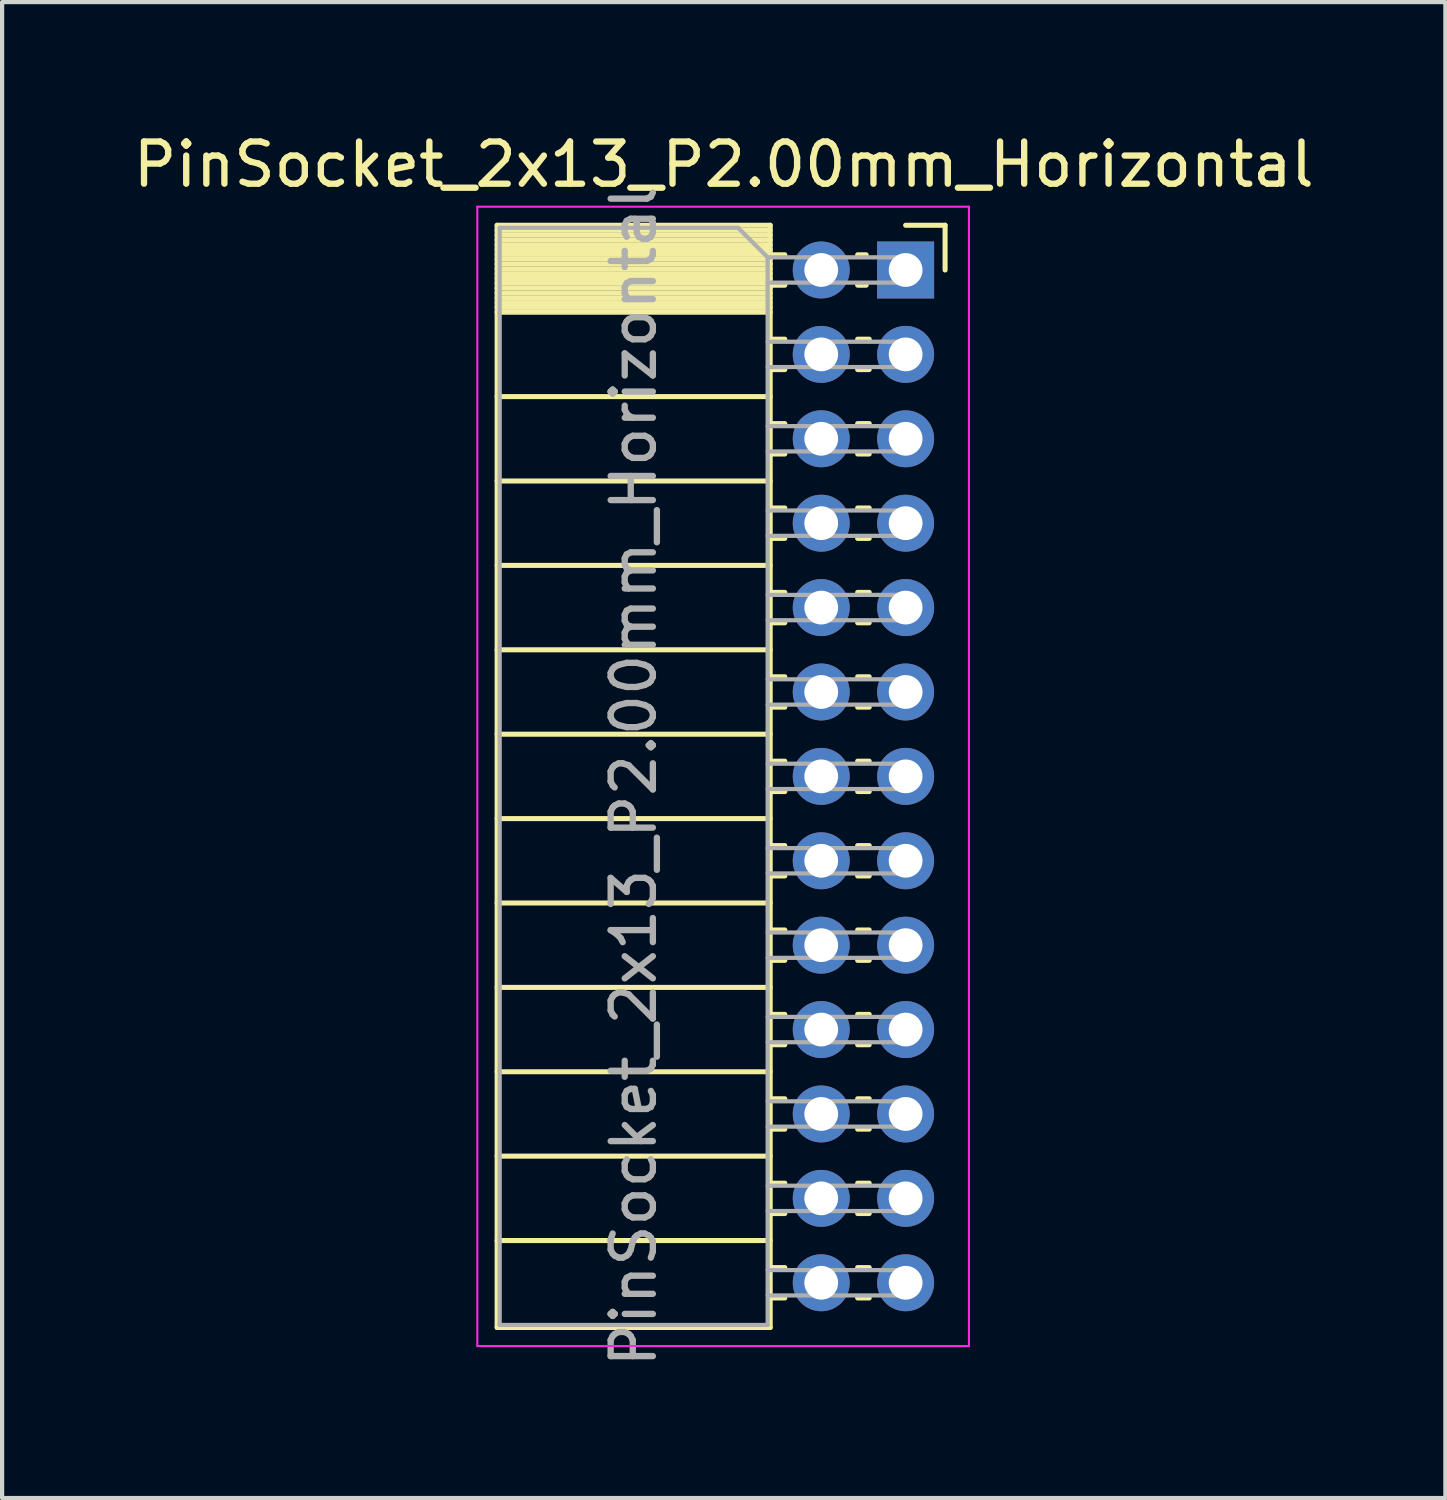
<source format=kicad_pcb>
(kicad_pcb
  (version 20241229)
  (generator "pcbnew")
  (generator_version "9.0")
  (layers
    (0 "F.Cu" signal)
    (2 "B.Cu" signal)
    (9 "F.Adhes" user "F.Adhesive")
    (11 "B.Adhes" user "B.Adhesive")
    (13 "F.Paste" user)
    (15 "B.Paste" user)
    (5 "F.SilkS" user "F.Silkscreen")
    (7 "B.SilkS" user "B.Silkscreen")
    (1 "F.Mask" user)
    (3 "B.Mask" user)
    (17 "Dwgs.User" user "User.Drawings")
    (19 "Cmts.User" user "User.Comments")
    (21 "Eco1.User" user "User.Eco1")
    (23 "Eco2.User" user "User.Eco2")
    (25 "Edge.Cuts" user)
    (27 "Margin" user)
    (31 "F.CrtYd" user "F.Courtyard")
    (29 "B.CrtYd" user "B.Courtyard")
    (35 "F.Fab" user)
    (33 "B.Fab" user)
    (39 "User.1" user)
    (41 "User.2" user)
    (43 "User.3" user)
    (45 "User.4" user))
  (footprint "PinSocket_2x13_P2.00mm_Horizontal"
    (layer "F.Cu")
    (at 18.411 3.348)
    (property "Reference" "PinSocket_2x13_P2.00mm_Horizontal" (at -4.31 -2.5 0) (layer "F.SilkS") (effects (font (size 1 1) (thickness 0.15))))
    (attr through_hole)
    (fp_line (start -9.68 -1.06) (end -9.68 25.06) (stroke (width 0.12) (type solid)) (layer "F.SilkS"))
    (fp_line (start -9.68 -1.06) (end -3.21 -1.06) (stroke (width 0.12) (type solid)) (layer "F.SilkS"))
    (fp_line (start -9.68 -0.94) (end -3.21 -0.94) (stroke (width 0.12) (type solid)) (layer "F.SilkS"))
    (fp_line (start -9.68 -0.826) (end -3.21 -0.826) (stroke (width 0.12) (type solid)) (layer "F.SilkS"))
    (fp_line (start -9.68 -0.712) (end -3.21 -0.712) (stroke (width 0.12) (type solid)) (layer "F.SilkS"))
    (fp_line (start -9.68 -0.598) (end -3.21 -0.598) (stroke (width 0.12) (type solid)) (layer "F.SilkS"))
    (fp_line (start -9.68 -0.484) (end -3.21 -0.484) (stroke (width 0.12) (type solid)) (layer "F.SilkS"))
    (fp_line (start -9.68 -0.369) (end -3.21 -0.369) (stroke (width 0.12) (type solid)) (layer "F.SilkS"))
    (fp_line (start -9.68 -0.255) (end -3.21 -0.255) (stroke (width 0.12) (type solid)) (layer "F.SilkS"))
    (fp_line (start -9.68 -0.141) (end -3.21 -0.141) (stroke (width 0.12) (type solid)) (layer "F.SilkS"))
    (fp_line (start -9.68 -0.027) (end -3.21 -0.027) (stroke (width 0.12) (type solid)) (layer "F.SilkS"))
    (fp_line (start -9.68 0.087) (end -3.21 0.087) (stroke (width 0.12) (type solid)) (layer "F.SilkS"))
    (fp_line (start -9.68 0.201) (end -3.21 0.201) (stroke (width 0.12) (type solid)) (layer "F.SilkS"))
    (fp_line (start -9.68 0.315) (end -3.21 0.315) (stroke (width 0.12) (type solid)) (layer "F.SilkS"))
    (fp_line (start -9.68 0.429) (end -3.21 0.429) (stroke (width 0.12) (type solid)) (layer "F.SilkS"))
    (fp_line (start -9.68 0.544) (end -3.21 0.544) (stroke (width 0.12) (type solid)) (layer "F.SilkS"))
    (fp_line (start -9.68 0.658) (end -3.21 0.658) (stroke (width 0.12) (type solid)) (layer "F.SilkS"))
    (fp_line (start -9.68 0.772) (end -3.21 0.772) (stroke (width 0.12) (type solid)) (layer "F.SilkS"))
    (fp_line (start -9.68 0.886) (end -3.21 0.886) (stroke (width 0.12) (type solid)) (layer "F.SilkS"))
    (fp_line (start -9.68 1) (end -3.21 1) (stroke (width 0.12) (type solid)) (layer "F.SilkS"))
    (fp_line (start -9.68 3) (end -3.21 3) (stroke (width 0.12) (type solid)) (layer "F.SilkS"))
    (fp_line (start -9.68 5) (end -3.21 5) (stroke (width 0.12) (type solid)) (layer "F.SilkS"))
    (fp_line (start -9.68 7) (end -3.21 7) (stroke (width 0.12) (type solid)) (layer "F.SilkS"))
    (fp_line (start -9.68 9) (end -3.21 9) (stroke (width 0.12) (type solid)) (layer "F.SilkS"))
    (fp_line (start -9.68 11) (end -3.21 11) (stroke (width 0.12) (type solid)) (layer "F.SilkS"))
    (fp_line (start -9.68 13) (end -3.21 13) (stroke (width 0.12) (type solid)) (layer "F.SilkS"))
    (fp_line (start -9.68 15) (end -3.21 15) (stroke (width 0.12) (type solid)) (layer "F.SilkS"))
    (fp_line (start -9.68 17) (end -3.21 17) (stroke (width 0.12) (type solid)) (layer "F.SilkS"))
    (fp_line (start -9.68 19) (end -3.21 19) (stroke (width 0.12) (type solid)) (layer "F.SilkS"))
    (fp_line (start -9.68 21) (end -3.21 21) (stroke (width 0.12) (type solid)) (layer "F.SilkS"))
    (fp_line (start -9.68 23) (end -3.21 23) (stroke (width 0.12) (type solid)) (layer "F.SilkS"))
    (fp_line (start -9.68 25.06) (end -3.21 25.06) (stroke (width 0.12) (type solid)) (layer "F.SilkS"))
    (fp_line (start -3.21 -1.06) (end -3.21 25.06) (stroke (width 0.12) (type solid)) (layer "F.SilkS"))
    (fp_line (start -3.21 -0.36) (end -2.863 -0.36) (stroke (width 0.12) (type solid)) (layer "F.SilkS"))
    (fp_line (start -3.21 0.36) (end -2.863 0.36) (stroke (width 0.12) (type solid)) (layer "F.SilkS"))
    (fp_line (start -3.21 1.64) (end -2.863 1.64) (stroke (width 0.12) (type solid)) (layer "F.SilkS"))
    (fp_line (start -3.21 2.36) (end -2.863 2.36) (stroke (width 0.12) (type solid)) (layer "F.SilkS"))
    (fp_line (start -3.21 3.64) (end -2.863 3.64) (stroke (width 0.12) (type solid)) (layer "F.SilkS"))
    (fp_line (start -3.21 4.36) (end -2.863 4.36) (stroke (width 0.12) (type solid)) (layer "F.SilkS"))
    (fp_line (start -3.21 5.64) (end -2.863 5.64) (stroke (width 0.12) (type solid)) (layer "F.SilkS"))
    (fp_line (start -3.21 6.36) (end -2.863 6.36) (stroke (width 0.12) (type solid)) (layer "F.SilkS"))
    (fp_line (start -3.21 7.64) (end -2.863 7.64) (stroke (width 0.12) (type solid)) (layer "F.SilkS"))
    (fp_line (start -3.21 8.36) (end -2.863 8.36) (stroke (width 0.12) (type solid)) (layer "F.SilkS"))
    (fp_line (start -3.21 9.64) (end -2.863 9.64) (stroke (width 0.12) (type solid)) (layer "F.SilkS"))
    (fp_line (start -3.21 10.36) (end -2.863 10.36) (stroke (width 0.12) (type solid)) (layer "F.SilkS"))
    (fp_line (start -3.21 11.64) (end -2.863 11.64) (stroke (width 0.12) (type solid)) (layer "F.SilkS"))
    (fp_line (start -3.21 12.36) (end -2.863 12.36) (stroke (width 0.12) (type solid)) (layer "F.SilkS"))
    (fp_line (start -3.21 13.64) (end -2.863 13.64) (stroke (width 0.12) (type solid)) (layer "F.SilkS"))
    (fp_line (start -3.21 14.36) (end -2.863 14.36) (stroke (width 0.12) (type solid)) (layer "F.SilkS"))
    (fp_line (start -3.21 15.64) (end -2.863 15.64) (stroke (width 0.12) (type solid)) (layer "F.SilkS"))
    (fp_line (start -3.21 16.36) (end -2.863 16.36) (stroke (width 0.12) (type solid)) (layer "F.SilkS"))
    (fp_line (start -3.21 17.64) (end -2.863 17.64) (stroke (width 0.12) (type solid)) (layer "F.SilkS"))
    (fp_line (start -3.21 18.36) (end -2.863 18.36) (stroke (width 0.12) (type solid)) (layer "F.SilkS"))
    (fp_line (start -3.21 19.64) (end -2.863 19.64) (stroke (width 0.12) (type solid)) (layer "F.SilkS"))
    (fp_line (start -3.21 20.36) (end -2.863 20.36) (stroke (width 0.12) (type solid)) (layer "F.SilkS"))
    (fp_line (start -3.21 21.64) (end -2.863 21.64) (stroke (width 0.12) (type solid)) (layer "F.SilkS"))
    (fp_line (start -3.21 22.36) (end -2.863 22.36) (stroke (width 0.12) (type solid)) (layer "F.SilkS"))
    (fp_line (start -3.21 23.64) (end -2.863 23.64) (stroke (width 0.12) (type solid)) (layer "F.SilkS"))
    (fp_line (start -3.21 24.36) (end -2.863 24.36) (stroke (width 0.12) (type solid)) (layer "F.SilkS"))
    (fp_line (start -1.137 -0.36) (end -0.935 -0.36) (stroke (width 0.12) (type solid)) (layer "F.SilkS"))
    (fp_line (start -1.137 0.36) (end -0.935 0.36) (stroke (width 0.12) (type solid)) (layer "F.SilkS"))
    (fp_line (start -1.137 1.64) (end -0.863 1.64) (stroke (width 0.12) (type solid)) (layer "F.SilkS"))
    (fp_line (start -1.137 2.36) (end -0.863 2.36) (stroke (width 0.12) (type solid)) (layer "F.SilkS"))
    (fp_line (start -1.137 3.64) (end -0.863 3.64) (stroke (width 0.12) (type solid)) (layer "F.SilkS"))
    (fp_line (start -1.137 4.36) (end -0.863 4.36) (stroke (width 0.12) (type solid)) (layer "F.SilkS"))
    (fp_line (start -1.137 5.64) (end -0.863 5.64) (stroke (width 0.12) (type solid)) (layer "F.SilkS"))
    (fp_line (start -1.137 6.36) (end -0.863 6.36) (stroke (width 0.12) (type solid)) (layer "F.SilkS"))
    (fp_line (start -1.137 7.64) (end -0.863 7.64) (stroke (width 0.12) (type solid)) (layer "F.SilkS"))
    (fp_line (start -1.137 8.36) (end -0.863 8.36) (stroke (width 0.12) (type solid)) (layer "F.SilkS"))
    (fp_line (start -1.137 9.64) (end -0.863 9.64) (stroke (width 0.12) (type solid)) (layer "F.SilkS"))
    (fp_line (start -1.137 10.36) (end -0.863 10.36) (stroke (width 0.12) (type solid)) (layer "F.SilkS"))
    (fp_line (start -1.137 11.64) (end -0.863 11.64) (stroke (width 0.12) (type solid)) (layer "F.SilkS"))
    (fp_line (start -1.137 12.36) (end -0.863 12.36) (stroke (width 0.12) (type solid)) (layer "F.SilkS"))
    (fp_line (start -1.137 13.64) (end -0.863 13.64) (stroke (width 0.12) (type solid)) (layer "F.SilkS"))
    (fp_line (start -1.137 14.36) (end -0.863 14.36) (stroke (width 0.12) (type solid)) (layer "F.SilkS"))
    (fp_line (start -1.137 15.64) (end -0.863 15.64) (stroke (width 0.12) (type solid)) (layer "F.SilkS"))
    (fp_line (start -1.137 16.36) (end -0.863 16.36) (stroke (width 0.12) (type solid)) (layer "F.SilkS"))
    (fp_line (start -1.137 17.64) (end -0.863 17.64) (stroke (width 0.12) (type solid)) (layer "F.SilkS"))
    (fp_line (start -1.137 18.36) (end -0.863 18.36) (stroke (width 0.12) (type solid)) (layer "F.SilkS"))
    (fp_line (start -1.137 19.64) (end -0.863 19.64) (stroke (width 0.12) (type solid)) (layer "F.SilkS"))
    (fp_line (start -1.137 20.36) (end -0.863 20.36) (stroke (width 0.12) (type solid)) (layer "F.SilkS"))
    (fp_line (start -1.137 21.64) (end -0.863 21.64) (stroke (width 0.12) (type solid)) (layer "F.SilkS"))
    (fp_line (start -1.137 22.36) (end -0.863 22.36) (stroke (width 0.12) (type solid)) (layer "F.SilkS"))
    (fp_line (start -1.137 23.64) (end -0.863 23.64) (stroke (width 0.12) (type solid)) (layer "F.SilkS"))
    (fp_line (start -1.137 24.36) (end -0.863 24.36) (stroke (width 0.12) (type solid)) (layer "F.SilkS"))
    (fp_line (start 0 -1.06) (end 0.935 -1.06) (stroke (width 0.12) (type solid)) (layer "F.SilkS"))
    (fp_line (start 0.935 -1.06) (end 0.935 0) (stroke (width 0.12) (type solid)) (layer "F.SilkS"))
    (fp_line (start -10.15 -1.5) (end -10.15 25.5) (stroke (width 0.05) (type solid)) (layer "F.CrtYd"))
    (fp_line (start -10.15 25.5) (end 1.5 25.5) (stroke (width 0.05) (type solid)) (layer "F.CrtYd"))
    (fp_line (start 1.5 -1.5) (end -10.15 -1.5) (stroke (width 0.05) (type solid)) (layer "F.CrtYd"))
    (fp_line (start 1.5 25.5) (end 1.5 -1.5) (stroke (width 0.05) (type solid)) (layer "F.CrtYd"))
    (fp_line (start -9.62 -1) (end -3.97 -1) (stroke (width 0.1) (type solid)) (layer "F.Fab"))
    (fp_line (start -9.62 25) (end -9.62 -1) (stroke (width 0.1) (type solid)) (layer "F.Fab"))
    (fp_line (start -3.97 -1) (end -3.27 -0.3) (stroke (width 0.1) (type solid)) (layer "F.Fab"))
    (fp_line (start -3.27 -0.3) (end -3.27 25) (stroke (width 0.1) (type solid)) (layer "F.Fab"))
    (fp_line (start -3.27 0.3) (end 0 0.3) (stroke (width 0.1) (type solid)) (layer "F.Fab"))
    (fp_line (start -3.27 2.3) (end 0 2.3) (stroke (width 0.1) (type solid)) (layer "F.Fab"))
    (fp_line (start -3.27 4.3) (end 0 4.3) (stroke (width 0.1) (type solid)) (layer "F.Fab"))
    (fp_line (start -3.27 6.3) (end 0 6.3) (stroke (width 0.1) (type solid)) (layer "F.Fab"))
    (fp_line (start -3.27 8.3) (end 0 8.3) (stroke (width 0.1) (type solid)) (layer "F.Fab"))
    (fp_line (start -3.27 10.3) (end 0 10.3) (stroke (width 0.1) (type solid)) (layer "F.Fab"))
    (fp_line (start -3.27 12.3) (end 0 12.3) (stroke (width 0.1) (type solid)) (layer "F.Fab"))
    (fp_line (start -3.27 14.3) (end 0 14.3) (stroke (width 0.1) (type solid)) (layer "F.Fab"))
    (fp_line (start -3.27 16.3) (end 0 16.3) (stroke (width 0.1) (type solid)) (layer "F.Fab"))
    (fp_line (start -3.27 18.3) (end 0 18.3) (stroke (width 0.1) (type solid)) (layer "F.Fab"))
    (fp_line (start -3.27 20.3) (end 0 20.3) (stroke (width 0.1) (type solid)) (layer "F.Fab"))
    (fp_line (start -3.27 22.3) (end 0 22.3) (stroke (width 0.1) (type solid)) (layer "F.Fab"))
    (fp_line (start -3.27 24.3) (end 0 24.3) (stroke (width 0.1) (type solid)) (layer "F.Fab"))
    (fp_line (start -3.27 25) (end -9.62 25) (stroke (width 0.1) (type solid)) (layer "F.Fab"))
    (fp_line (start 0 -0.3) (end -3.27 -0.3) (stroke (width 0.1) (type solid)) (layer "F.Fab"))
    (fp_line (start 0 0.3) (end 0 -0.3) (stroke (width 0.1) (type solid)) (layer "F.Fab"))
    (fp_line (start 0 1.7) (end -3.27 1.7) (stroke (width 0.1) (type solid)) (layer "F.Fab"))
    (fp_line (start 0 2.3) (end 0 1.7) (stroke (width 0.1) (type solid)) (layer "F.Fab"))
    (fp_line (start 0 3.7) (end -3.27 3.7) (stroke (width 0.1) (type solid)) (layer "F.Fab"))
    (fp_line (start 0 4.3) (end 0 3.7) (stroke (width 0.1) (type solid)) (layer "F.Fab"))
    (fp_line (start 0 5.7) (end -3.27 5.7) (stroke (width 0.1) (type solid)) (layer "F.Fab"))
    (fp_line (start 0 6.3) (end 0 5.7) (stroke (width 0.1) (type solid)) (layer "F.Fab"))
    (fp_line (start 0 7.7) (end -3.27 7.7) (stroke (width 0.1) (type solid)) (layer "F.Fab"))
    (fp_line (start 0 8.3) (end 0 7.7) (stroke (width 0.1) (type solid)) (layer "F.Fab"))
    (fp_line (start 0 9.7) (end -3.27 9.7) (stroke (width 0.1) (type solid)) (layer "F.Fab"))
    (fp_line (start 0 10.3) (end 0 9.7) (stroke (width 0.1) (type solid)) (layer "F.Fab"))
    (fp_line (start 0 11.7) (end -3.27 11.7) (stroke (width 0.1) (type solid)) (layer "F.Fab"))
    (fp_line (start 0 12.3) (end 0 11.7) (stroke (width 0.1) (type solid)) (layer "F.Fab"))
    (fp_line (start 0 13.7) (end -3.27 13.7) (stroke (width 0.1) (type solid)) (layer "F.Fab"))
    (fp_line (start 0 14.3) (end 0 13.7) (stroke (width 0.1) (type solid)) (layer "F.Fab"))
    (fp_line (start 0 15.7) (end -3.27 15.7) (stroke (width 0.1) (type solid)) (layer "F.Fab"))
    (fp_line (start 0 16.3) (end 0 15.7) (stroke (width 0.1) (type solid)) (layer "F.Fab"))
    (fp_line (start 0 17.7) (end -3.27 17.7) (stroke (width 0.1) (type solid)) (layer "F.Fab"))
    (fp_line (start 0 18.3) (end 0 17.7) (stroke (width 0.1) (type solid)) (layer "F.Fab"))
    (fp_line (start 0 19.7) (end -3.27 19.7) (stroke (width 0.1) (type solid)) (layer "F.Fab"))
    (fp_line (start 0 20.3) (end 0 19.7) (stroke (width 0.1) (type solid)) (layer "F.Fab"))
    (fp_line (start 0 21.7) (end -3.27 21.7) (stroke (width 0.1) (type solid)) (layer "F.Fab"))
    (fp_line (start 0 22.3) (end 0 21.7) (stroke (width 0.1) (type solid)) (layer "F.Fab"))
    (fp_line (start 0 23.7) (end -3.27 23.7) (stroke (width 0.1) (type solid)) (layer "F.Fab"))
    (fp_line (start 0 24.3) (end 0 23.7) (stroke (width 0.1) (type solid)) (layer "F.Fab"))
    (fp_text user "${REFERENCE}" (at -6.445 12 90) (layer "F.Fab") (effects (font (size 1 1) (thickness 0.15))))
    (pad "1" thru_hole rect (at 0 0) (size 1.35 1.35) (drill 0.8) (layers "*.Cu" "*.Mask"))
    (pad "2" thru_hole oval (at -2 0) (size 1.35 1.35) (drill 0.8) (layers "*.Cu" "*.Mask"))
    (pad "3" thru_hole oval (at 0 2) (size 1.35 1.35) (drill 0.8) (layers "*.Cu" "*.Mask"))
    (pad "4" thru_hole oval (at -2 2) (size 1.35 1.35) (drill 0.8) (layers "*.Cu" "*.Mask"))
    (pad "5" thru_hole oval (at 0 4) (size 1.35 1.35) (drill 0.8) (layers "*.Cu" "*.Mask"))
    (pad "6" thru_hole oval (at -2 4) (size 1.35 1.35) (drill 0.8) (layers "*.Cu" "*.Mask"))
    (pad "7" thru_hole oval (at 0 6) (size 1.35 1.35) (drill 0.8) (layers "*.Cu" "*.Mask"))
    (pad "8" thru_hole oval (at -2 6) (size 1.35 1.35) (drill 0.8) (layers "*.Cu" "*.Mask"))
    (pad "9" thru_hole oval (at 0 8) (size 1.35 1.35) (drill 0.8) (layers "*.Cu" "*.Mask"))
    (pad "10" thru_hole oval (at -2 8) (size 1.35 1.35) (drill 0.8) (layers "*.Cu" "*.Mask"))
    (pad "11" thru_hole oval (at 0 10) (size 1.35 1.35) (drill 0.8) (layers "*.Cu" "*.Mask"))
    (pad "12" thru_hole oval (at -2 10) (size 1.35 1.35) (drill 0.8) (layers "*.Cu" "*.Mask"))
    (pad "13" thru_hole oval (at 0 12) (size 1.35 1.35) (drill 0.8) (layers "*.Cu" "*.Mask"))
    (pad "14" thru_hole oval (at -2 12) (size 1.35 1.35) (drill 0.8) (layers "*.Cu" "*.Mask"))
    (pad "15" thru_hole oval (at 0 14) (size 1.35 1.35) (drill 0.8) (layers "*.Cu" "*.Mask"))
    (pad "16" thru_hole oval (at -2 14) (size 1.35 1.35) (drill 0.8) (layers "*.Cu" "*.Mask"))
    (pad "17" thru_hole oval (at 0 16) (size 1.35 1.35) (drill 0.8) (layers "*.Cu" "*.Mask"))
    (pad "18" thru_hole oval (at -2 16) (size 1.35 1.35) (drill 0.8) (layers "*.Cu" "*.Mask"))
    (pad "19" thru_hole oval (at 0 18) (size 1.35 1.35) (drill 0.8) (layers "*.Cu" "*.Mask"))
    (pad "20" thru_hole oval (at -2 18) (size 1.35 1.35) (drill 0.8) (layers "*.Cu" "*.Mask"))
    (pad "21" thru_hole oval (at 0 20) (size 1.35 1.35) (drill 0.8) (layers "*.Cu" "*.Mask"))
    (pad "22" thru_hole oval (at -2 20) (size 1.35 1.35) (drill 0.8) (layers "*.Cu" "*.Mask"))
    (pad "23" thru_hole oval (at 0 22) (size 1.35 1.35) (drill 0.8) (layers "*.Cu" "*.Mask"))
    (pad "24" thru_hole oval (at -2 22) (size 1.35 1.35) (drill 0.8) (layers "*.Cu" "*.Mask"))
    (pad "25" thru_hole oval (at 0 24) (size 1.35 1.35) (drill 0.8) (layers "*.Cu" "*.Mask"))
    (pad "26" thru_hole oval (at -2 24) (size 1.35 1.35) (drill 0.8) (layers "*.Cu" "*.Mask")))
  (gr_rect
    (start -3 -3)
    (end 31.202 32.449)
    (stroke (width 0.1) (type default))
    (fill no)
    (layer "Edge.Cuts")))
</source>
